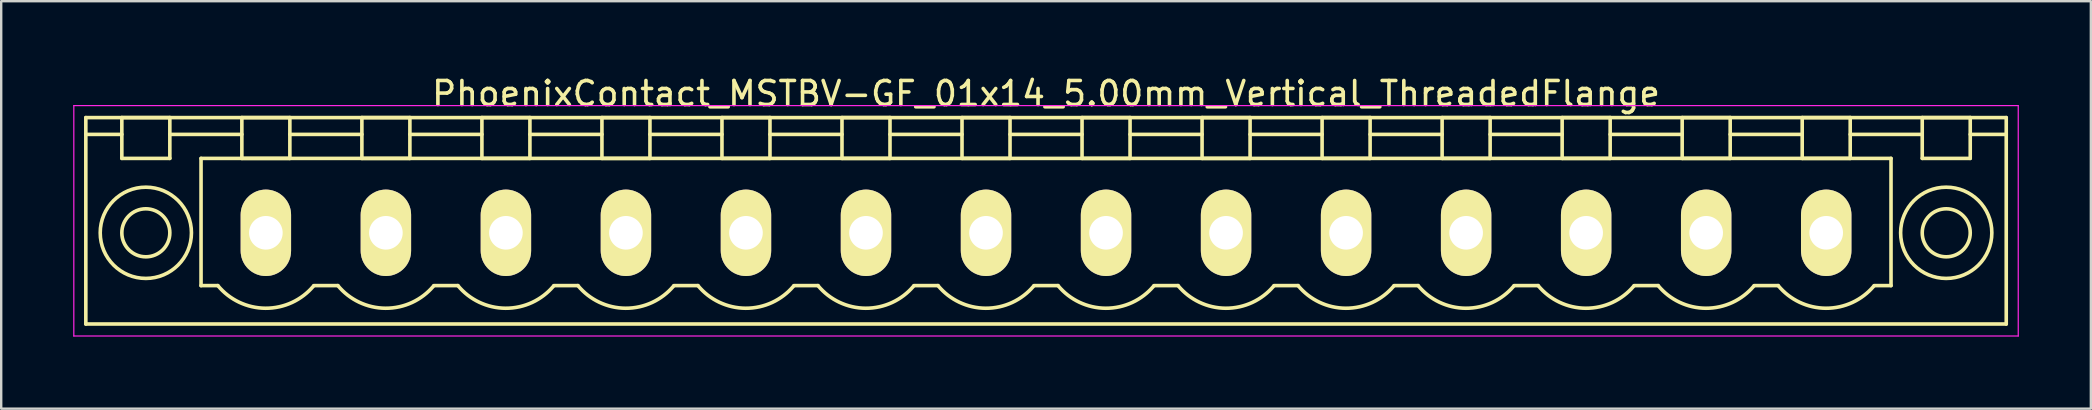
<source format=kicad_pcb>
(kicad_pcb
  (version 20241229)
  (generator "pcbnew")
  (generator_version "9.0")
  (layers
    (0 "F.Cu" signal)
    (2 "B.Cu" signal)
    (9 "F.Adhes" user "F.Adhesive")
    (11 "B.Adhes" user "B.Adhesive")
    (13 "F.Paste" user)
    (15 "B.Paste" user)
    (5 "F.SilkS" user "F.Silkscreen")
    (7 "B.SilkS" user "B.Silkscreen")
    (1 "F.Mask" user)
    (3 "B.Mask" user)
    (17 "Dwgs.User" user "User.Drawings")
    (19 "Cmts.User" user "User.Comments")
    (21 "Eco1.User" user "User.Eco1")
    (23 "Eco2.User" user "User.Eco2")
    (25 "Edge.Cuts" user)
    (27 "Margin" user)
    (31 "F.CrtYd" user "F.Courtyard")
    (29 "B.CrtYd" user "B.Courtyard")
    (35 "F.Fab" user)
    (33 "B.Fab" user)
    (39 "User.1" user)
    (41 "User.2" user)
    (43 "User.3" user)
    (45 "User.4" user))
  (footprint "PhoenixContact_MSTBV-GF_01x14_5.00mm_Vertical_ThreadedFlange"
    (layer "F.Cu")
    (at 8.025 6.648)
    (property "Reference" "PhoenixContact_MSTBV-GF_01x14_5.00mm_Vertical_ThreadedFlange" (at 32.5 -5.8 0) (layer "F.SilkS") (effects (font (size 1 1) (thickness 0.15))))
    (attr through_hole)
    (fp_line (start -7.5 -4.8) (end -7.5 3.8) (stroke (width 0.15) (type solid)) (layer "F.SilkS"))
    (fp_line (start -7.5 -4.1) (end -6 -4.1) (stroke (width 0.15) (type solid)) (layer "F.SilkS"))
    (fp_line (start -7.5 3.8) (end 72.5 3.8) (stroke (width 0.15) (type solid)) (layer "F.SilkS"))
    (fp_line (start -6 -4.8) (end -4 -4.8) (stroke (width 0.15) (type solid)) (layer "F.SilkS"))
    (fp_line (start -6 -3.1) (end -6 -4.8) (stroke (width 0.15) (type solid)) (layer "F.SilkS"))
    (fp_line (start -4 -4.8) (end -4 -3.1) (stroke (width 0.15) (type solid)) (layer "F.SilkS"))
    (fp_line (start -4 -4.1) (end -1 -4.1) (stroke (width 0.15) (type solid)) (layer "F.SilkS"))
    (fp_line (start -4 -3.1) (end -6 -3.1) (stroke (width 0.15) (type solid)) (layer "F.SilkS"))
    (fp_line (start -2.7 -3.1) (end 67.7 -3.1) (stroke (width 0.15) (type solid)) (layer "F.SilkS"))
    (fp_line (start -2.7 2.2) (end -2.7 -3.1) (stroke (width 0.15) (type solid)) (layer "F.SilkS"))
    (fp_line (start -2 2.2) (end -2.7 2.2) (stroke (width 0.15) (type solid)) (layer "F.SilkS"))
    (fp_line (start -1 -4.8) (end 1 -4.8) (stroke (width 0.15) (type solid)) (layer "F.SilkS"))
    (fp_line (start -1 -3.1) (end -1 -4.8) (stroke (width 0.15) (type solid)) (layer "F.SilkS"))
    (fp_line (start 1 -4.8) (end 1 -3.1) (stroke (width 0.15) (type solid)) (layer "F.SilkS"))
    (fp_line (start 1 -4.1) (end 4 -4.1) (stroke (width 0.15) (type solid)) (layer "F.SilkS"))
    (fp_line (start 1 -3.1) (end -1 -3.1) (stroke (width 0.15) (type solid)) (layer "F.SilkS"))
    (fp_line (start 2 2.2) (end 3 2.2) (stroke (width 0.15) (type solid)) (layer "F.SilkS"))
    (fp_line (start 4 -4.8) (end 6 -4.8) (stroke (width 0.15) (type solid)) (layer "F.SilkS"))
    (fp_line (start 4 -3.1) (end 4 -4.8) (stroke (width 0.15) (type solid)) (layer "F.SilkS"))
    (fp_line (start 6 -4.8) (end 6 -3.1) (stroke (width 0.15) (type solid)) (layer "F.SilkS"))
    (fp_line (start 6 -4.1) (end 9 -4.1) (stroke (width 0.15) (type solid)) (layer "F.SilkS"))
    (fp_line (start 6 -3.1) (end 4 -3.1) (stroke (width 0.15) (type solid)) (layer "F.SilkS"))
    (fp_line (start 7 2.2) (end 8 2.2) (stroke (width 0.15) (type solid)) (layer "F.SilkS"))
    (fp_line (start 9 -4.8) (end 11 -4.8) (stroke (width 0.15) (type solid)) (layer "F.SilkS"))
    (fp_line (start 9 -3.1) (end 9 -4.8) (stroke (width 0.15) (type solid)) (layer "F.SilkS"))
    (fp_line (start 11 -4.8) (end 11 -3.1) (stroke (width 0.15) (type solid)) (layer "F.SilkS"))
    (fp_line (start 11 -4.1) (end 14 -4.1) (stroke (width 0.15) (type solid)) (layer "F.SilkS"))
    (fp_line (start 11 -3.1) (end 9 -3.1) (stroke (width 0.15) (type solid)) (layer "F.SilkS"))
    (fp_line (start 12 2.2) (end 13 2.2) (stroke (width 0.15) (type solid)) (layer "F.SilkS"))
    (fp_line (start 14 -4.8) (end 16 -4.8) (stroke (width 0.15) (type solid)) (layer "F.SilkS"))
    (fp_line (start 14 -3.1) (end 14 -4.8) (stroke (width 0.15) (type solid)) (layer "F.SilkS"))
    (fp_line (start 16 -4.8) (end 16 -3.1) (stroke (width 0.15) (type solid)) (layer "F.SilkS"))
    (fp_line (start 16 -4.1) (end 19 -4.1) (stroke (width 0.15) (type solid)) (layer "F.SilkS"))
    (fp_line (start 16 -3.1) (end 14 -3.1) (stroke (width 0.15) (type solid)) (layer "F.SilkS"))
    (fp_line (start 17 2.2) (end 18 2.2) (stroke (width 0.15) (type solid)) (layer "F.SilkS"))
    (fp_line (start 19 -4.8) (end 21 -4.8) (stroke (width 0.15) (type solid)) (layer "F.SilkS"))
    (fp_line (start 19 -3.1) (end 19 -4.8) (stroke (width 0.15) (type solid)) (layer "F.SilkS"))
    (fp_line (start 21 -4.8) (end 21 -3.1) (stroke (width 0.15) (type solid)) (layer "F.SilkS"))
    (fp_line (start 21 -4.1) (end 24 -4.1) (stroke (width 0.15) (type solid)) (layer "F.SilkS"))
    (fp_line (start 21 -3.1) (end 19 -3.1) (stroke (width 0.15) (type solid)) (layer "F.SilkS"))
    (fp_line (start 22 2.2) (end 23 2.2) (stroke (width 0.15) (type solid)) (layer "F.SilkS"))
    (fp_line (start 24 -4.8) (end 26 -4.8) (stroke (width 0.15) (type solid)) (layer "F.SilkS"))
    (fp_line (start 24 -3.1) (end 24 -4.8) (stroke (width 0.15) (type solid)) (layer "F.SilkS"))
    (fp_line (start 26 -4.8) (end 26 -3.1) (stroke (width 0.15) (type solid)) (layer "F.SilkS"))
    (fp_line (start 26 -4.1) (end 29 -4.1) (stroke (width 0.15) (type solid)) (layer "F.SilkS"))
    (fp_line (start 26 -3.1) (end 24 -3.1) (stroke (width 0.15) (type solid)) (layer "F.SilkS"))
    (fp_line (start 27 2.2) (end 28 2.2) (stroke (width 0.15) (type solid)) (layer "F.SilkS"))
    (fp_line (start 29 -4.8) (end 31 -4.8) (stroke (width 0.15) (type solid)) (layer "F.SilkS"))
    (fp_line (start 29 -3.1) (end 29 -4.8) (stroke (width 0.15) (type solid)) (layer "F.SilkS"))
    (fp_line (start 31 -4.8) (end 31 -3.1) (stroke (width 0.15) (type solid)) (layer "F.SilkS"))
    (fp_line (start 31 -4.1) (end 34 -4.1) (stroke (width 0.15) (type solid)) (layer "F.SilkS"))
    (fp_line (start 31 -3.1) (end 29 -3.1) (stroke (width 0.15) (type solid)) (layer "F.SilkS"))
    (fp_line (start 32 2.2) (end 33 2.2) (stroke (width 0.15) (type solid)) (layer "F.SilkS"))
    (fp_line (start 34 -4.8) (end 36 -4.8) (stroke (width 0.15) (type solid)) (layer "F.SilkS"))
    (fp_line (start 34 -3.1) (end 34 -4.8) (stroke (width 0.15) (type solid)) (layer "F.SilkS"))
    (fp_line (start 36 -4.8) (end 36 -3.1) (stroke (width 0.15) (type solid)) (layer "F.SilkS"))
    (fp_line (start 36 -4.1) (end 39 -4.1) (stroke (width 0.15) (type solid)) (layer "F.SilkS"))
    (fp_line (start 36 -3.1) (end 34 -3.1) (stroke (width 0.15) (type solid)) (layer "F.SilkS"))
    (fp_line (start 37 2.2) (end 38 2.2) (stroke (width 0.15) (type solid)) (layer "F.SilkS"))
    (fp_line (start 39 -4.8) (end 41 -4.8) (stroke (width 0.15) (type solid)) (layer "F.SilkS"))
    (fp_line (start 39 -3.1) (end 39 -4.8) (stroke (width 0.15) (type solid)) (layer "F.SilkS"))
    (fp_line (start 41 -4.8) (end 41 -3.1) (stroke (width 0.15) (type solid)) (layer "F.SilkS"))
    (fp_line (start 41 -4.1) (end 44 -4.1) (stroke (width 0.15) (type solid)) (layer "F.SilkS"))
    (fp_line (start 41 -3.1) (end 39 -3.1) (stroke (width 0.15) (type solid)) (layer "F.SilkS"))
    (fp_line (start 42 2.2) (end 43 2.2) (stroke (width 0.15) (type solid)) (layer "F.SilkS"))
    (fp_line (start 44 -4.8) (end 46 -4.8) (stroke (width 0.15) (type solid)) (layer "F.SilkS"))
    (fp_line (start 44 -3.1) (end 44 -4.8) (stroke (width 0.15) (type solid)) (layer "F.SilkS"))
    (fp_line (start 46 -4.8) (end 46 -3.1) (stroke (width 0.15) (type solid)) (layer "F.SilkS"))
    (fp_line (start 46 -4.1) (end 49 -4.1) (stroke (width 0.15) (type solid)) (layer "F.SilkS"))
    (fp_line (start 46 -3.1) (end 44 -3.1) (stroke (width 0.15) (type solid)) (layer "F.SilkS"))
    (fp_line (start 47 2.2) (end 48 2.2) (stroke (width 0.15) (type solid)) (layer "F.SilkS"))
    (fp_line (start 49 -4.8) (end 51 -4.8) (stroke (width 0.15) (type solid)) (layer "F.SilkS"))
    (fp_line (start 49 -3.1) (end 49 -4.8) (stroke (width 0.15) (type solid)) (layer "F.SilkS"))
    (fp_line (start 51 -4.8) (end 51 -3.1) (stroke (width 0.15) (type solid)) (layer "F.SilkS"))
    (fp_line (start 51 -4.1) (end 54 -4.1) (stroke (width 0.15) (type solid)) (layer "F.SilkS"))
    (fp_line (start 51 -3.1) (end 49 -3.1) (stroke (width 0.15) (type solid)) (layer "F.SilkS"))
    (fp_line (start 52 2.2) (end 53 2.2) (stroke (width 0.15) (type solid)) (layer "F.SilkS"))
    (fp_line (start 54 -4.8) (end 56 -4.8) (stroke (width 0.15) (type solid)) (layer "F.SilkS"))
    (fp_line (start 54 -3.1) (end 54 -4.8) (stroke (width 0.15) (type solid)) (layer "F.SilkS"))
    (fp_line (start 56 -4.8) (end 56 -3.1) (stroke (width 0.15) (type solid)) (layer "F.SilkS"))
    (fp_line (start 56 -4.1) (end 59 -4.1) (stroke (width 0.15) (type solid)) (layer "F.SilkS"))
    (fp_line (start 56 -3.1) (end 54 -3.1) (stroke (width 0.15) (type solid)) (layer "F.SilkS"))
    (fp_line (start 57 2.2) (end 58 2.2) (stroke (width 0.15) (type solid)) (layer "F.SilkS"))
    (fp_line (start 59 -4.8) (end 61 -4.8) (stroke (width 0.15) (type solid)) (layer "F.SilkS"))
    (fp_line (start 59 -3.1) (end 59 -4.8) (stroke (width 0.15) (type solid)) (layer "F.SilkS"))
    (fp_line (start 61 -4.8) (end 61 -3.1) (stroke (width 0.15) (type solid)) (layer "F.SilkS"))
    (fp_line (start 61 -4.1) (end 64 -4.1) (stroke (width 0.15) (type solid)) (layer "F.SilkS"))
    (fp_line (start 61 -3.1) (end 59 -3.1) (stroke (width 0.15) (type solid)) (layer "F.SilkS"))
    (fp_line (start 62 2.2) (end 63 2.2) (stroke (width 0.15) (type solid)) (layer "F.SilkS"))
    (fp_line (start 64 -4.8) (end 66 -4.8) (stroke (width 0.15) (type solid)) (layer "F.SilkS"))
    (fp_line (start 64 -3.1) (end 64 -4.8) (stroke (width 0.15) (type solid)) (layer "F.SilkS"))
    (fp_line (start 66 -4.8) (end 66 -3.1) (stroke (width 0.15) (type solid)) (layer "F.SilkS"))
    (fp_line (start 66 -4.1) (end 69 -4.1) (stroke (width 0.15) (type solid)) (layer "F.SilkS"))
    (fp_line (start 66 -3.1) (end 64 -3.1) (stroke (width 0.15) (type solid)) (layer "F.SilkS"))
    (fp_line (start 67.7 -3.1) (end 67.7 2.2) (stroke (width 0.15) (type solid)) (layer "F.SilkS"))
    (fp_line (start 67.7 2.2) (end 67 2.2) (stroke (width 0.15) (type solid)) (layer "F.SilkS"))
    (fp_line (start 69 -4.8) (end 71 -4.8) (stroke (width 0.15) (type solid)) (layer "F.SilkS"))
    (fp_line (start 69 -3.1) (end 69 -4.8) (stroke (width 0.15) (type solid)) (layer "F.SilkS"))
    (fp_line (start 71 -4.8) (end 71 -3.1) (stroke (width 0.15) (type solid)) (layer "F.SilkS"))
    (fp_line (start 71 -3.1) (end 69 -3.1) (stroke (width 0.15) (type solid)) (layer "F.SilkS"))
    (fp_line (start 72.5 -4.8) (end -7.5 -4.8) (stroke (width 0.15) (type solid)) (layer "F.SilkS"))
    (fp_line (start 72.5 -4.1) (end 71 -4.1) (stroke (width 0.15) (type solid)) (layer "F.SilkS"))
    (fp_line (start 72.5 3.8) (end 72.5 -4.8) (stroke (width 0.15) (type solid)) (layer "F.SilkS"))
    (fp_arc (start 1.986842 2.215821) (mid -0.010289 3.142758) (end -2 2.2) (stroke (width 0.15) (type solid)) (layer "F.SilkS"))
    (fp_arc (start 6.986842 2.215821) (mid 4.989711 3.142758) (end 3 2.2) (stroke (width 0.15) (type solid)) (layer "F.SilkS"))
    (fp_arc (start 11.986842 2.215821) (mid 9.989711 3.142758) (end 8 2.2) (stroke (width 0.15) (type solid)) (layer "F.SilkS"))
    (fp_arc (start 16.986842 2.215821) (mid 14.989711 3.142758) (end 13 2.2) (stroke (width 0.15) (type solid)) (layer "F.SilkS"))
    (fp_arc (start 21.986842 2.215821) (mid 19.989711 3.142758) (end 18 2.2) (stroke (width 0.15) (type solid)) (layer "F.SilkS"))
    (fp_arc (start 26.986842 2.215821) (mid 24.989711 3.142758) (end 23 2.2) (stroke (width 0.15) (type solid)) (layer "F.SilkS"))
    (fp_arc (start 31.986842 2.215821) (mid 29.989711 3.142758) (end 28 2.2) (stroke (width 0.15) (type solid)) (layer "F.SilkS"))
    (fp_arc (start 36.986842 2.215821) (mid 34.989711 3.142758) (end 33 2.2) (stroke (width 0.15) (type solid)) (layer "F.SilkS"))
    (fp_arc (start 41.986842 2.215821) (mid 39.989711 3.142758) (end 38 2.2) (stroke (width 0.15) (type solid)) (layer "F.SilkS"))
    (fp_arc (start 46.986842 2.215821) (mid 44.989711 3.142758) (end 43 2.2) (stroke (width 0.15) (type solid)) (layer "F.SilkS"))
    (fp_arc (start 51.986842 2.215821) (mid 49.989711 3.142758) (end 48 2.2) (stroke (width 0.15) (type solid)) (layer "F.SilkS"))
    (fp_arc (start 56.986842 2.215821) (mid 54.989711 3.142758) (end 53 2.2) (stroke (width 0.15) (type solid)) (layer "F.SilkS"))
    (fp_arc (start 61.986842 2.215821) (mid 59.989711 3.142758) (end 58 2.2) (stroke (width 0.15) (type solid)) (layer "F.SilkS"))
    (fp_arc (start 66.986842 2.215821) (mid 64.989711 3.142758) (end 63 2.2) (stroke (width 0.15) (type solid)) (layer "F.SilkS"))
    (fp_circle (center -5 0) (end -4 0) (stroke (width 0.15) (type solid)) (fill no) (layer "F.SilkS"))
    (fp_circle (center -5 0) (end -3.1 0) (stroke (width 0.15) (type solid)) (fill no) (layer "F.SilkS"))
    (fp_circle (center 70 0) (end 71 0) (stroke (width 0.15) (type solid)) (fill no) (layer "F.SilkS"))
    (fp_circle (center 70 0) (end 71.9 0) (stroke (width 0.15) (type solid)) (fill no) (layer "F.SilkS"))
    (fp_line (start -8 -5.3) (end -8 4.3) (stroke (width 0.05) (type solid)) (layer "F.CrtYd"))
    (fp_line (start -8 4.3) (end 73 4.3) (stroke (width 0.05) (type solid)) (layer "F.CrtYd"))
    (fp_line (start 73 -5.3) (end -8 -5.3) (stroke (width 0.05) (type solid)) (layer "F.CrtYd"))
    (fp_line (start 73 4.3) (end 73 -5.3) (stroke (width 0.05) (type solid)) (layer "F.CrtYd"))
    (pad "1" thru_hole oval (at 0 0) (size 2.1 3.6) (drill 1.4) (layers "*.Cu" "*.Mask" "F.SilkS"))
    (pad "2" thru_hole oval (at 5 0) (size 2.1 3.6) (drill 1.4) (layers "*.Cu" "*.Mask" "F.SilkS"))
    (pad "3" thru_hole oval (at 10 0) (size 2.1 3.6) (drill 1.4) (layers "*.Cu" "*.Mask" "F.SilkS"))
    (pad "4" thru_hole oval (at 15 0) (size 2.1 3.6) (drill 1.4) (layers "*.Cu" "*.Mask" "F.SilkS"))
    (pad "5" thru_hole oval (at 20 0) (size 2.1 3.6) (drill 1.4) (layers "*.Cu" "*.Mask" "F.SilkS"))
    (pad "6" thru_hole oval (at 25 0) (size 2.1 3.6) (drill 1.4) (layers "*.Cu" "*.Mask" "F.SilkS"))
    (pad "7" thru_hole oval (at 30 0) (size 2.1 3.6) (drill 1.4) (layers "*.Cu" "*.Mask" "F.SilkS"))
    (pad "8" thru_hole oval (at 35 0) (size 2.1 3.6) (drill 1.4) (layers "*.Cu" "*.Mask" "F.SilkS"))
    (pad "9" thru_hole oval (at 40 0) (size 2.1 3.6) (drill 1.4) (layers "*.Cu" "*.Mask" "F.SilkS"))
    (pad "10" thru_hole oval (at 45 0) (size 2.1 3.6) (drill 1.4) (layers "*.Cu" "*.Mask" "F.SilkS"))
    (pad "11" thru_hole oval (at 50 0) (size 2.1 3.6) (drill 1.4) (layers "*.Cu" "*.Mask" "F.SilkS"))
    (pad "12" thru_hole oval (at 55 0) (size 2.1 3.6) (drill 1.4) (layers "*.Cu" "*.Mask" "F.SilkS"))
    (pad "13" thru_hole oval (at 60 0) (size 2.1 3.6) (drill 1.4) (layers "*.Cu" "*.Mask" "F.SilkS"))
    (pad "14" thru_hole oval (at 65 0) (size 2.1 3.6) (drill 1.4) (layers "*.Cu" "*.Mask" "F.SilkS")))
  (gr_rect
    (start -3 -3)
    (end 84.05 13.973)
    (stroke (width 0.1) (type default))
    (fill no)
    (layer "Edge.Cuts")))
</source>
